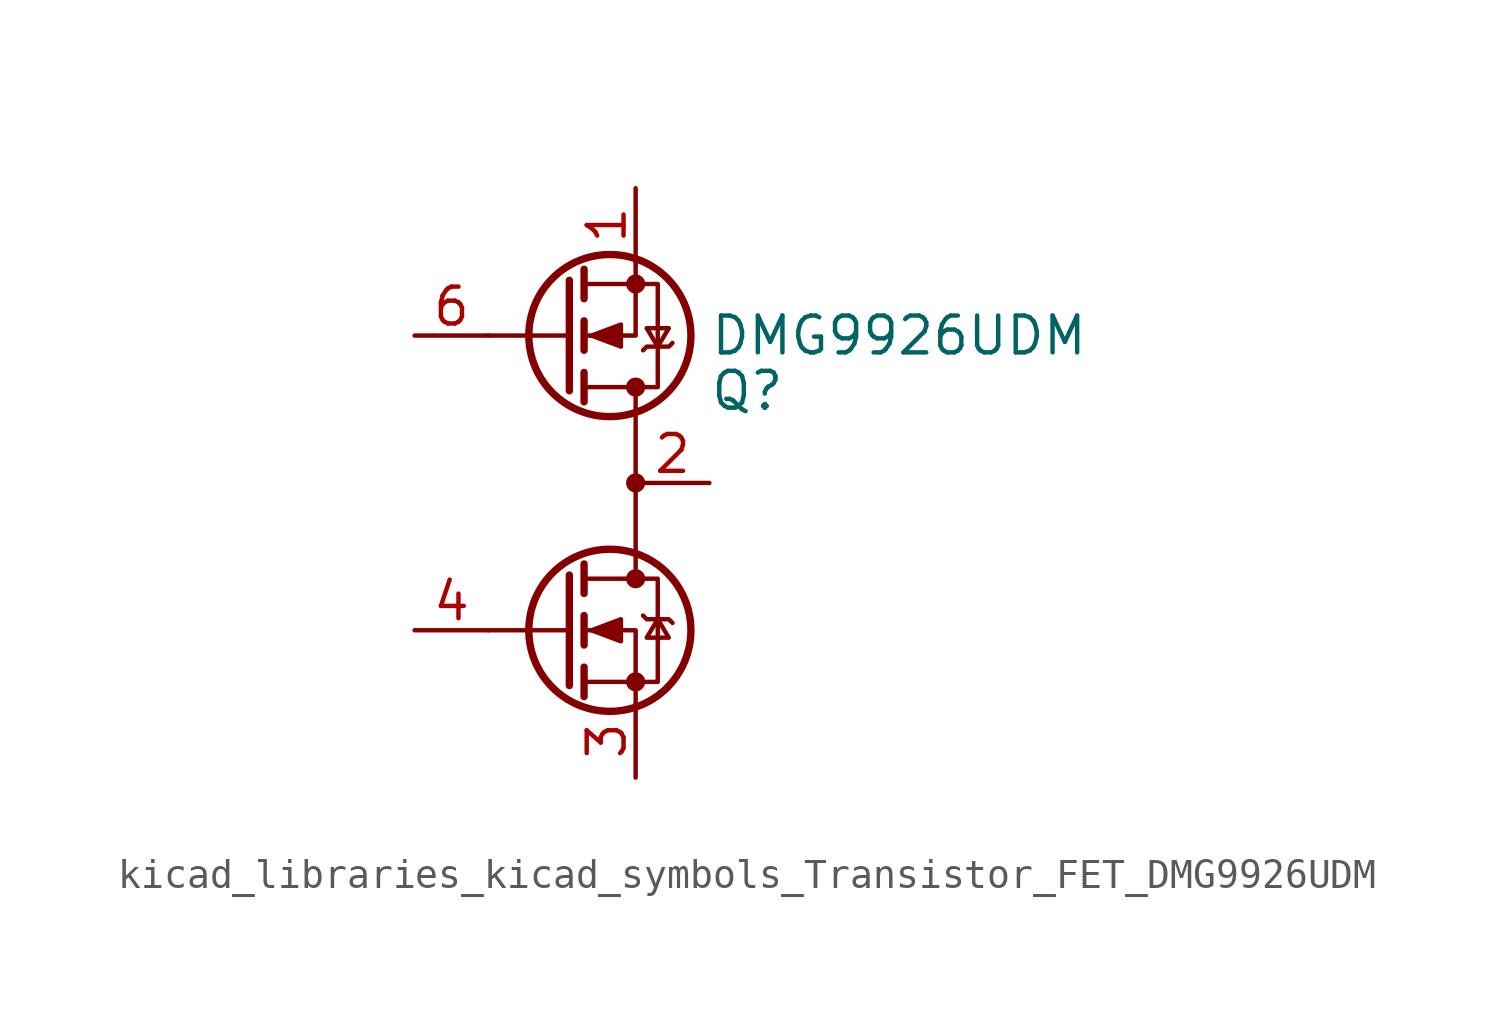
<source format=kicad_sym>
(kicad_symbol_lib
  (version 20220914)
  (generator kicad_symbol_editor)
  (symbol "kicad_libraries_kicad_symbols_Transistor_FET_DMG9926UDM"
    (pin_names hide)
    (property "Reference" "Q"
      (at 2.54 3.175 0)
      (effects (font (size 1.27 1.27)) (justify left)))
    (property "Value" "DMG9926UDM"
      (at 2.54 5.08 0)
      (effects (font (size 1.27 1.27)) (justify left)))
    (symbol "kicad_libraries_kicad_symbols_Transistor_FET_DMG9926UDM_0_1"
      (circle (center -0.889 5.08) (radius 2.794) (stroke (width 0.254) (type default)) (fill (type none)))
      (polyline (pts (xy -2.286 3.175) (xy -2.286 6.985)) (stroke (width 0.254) (type default)) (fill (type none)))
      (polyline (pts (xy -2.286 5.08) (xy -5.08 5.08)) (stroke (width 0) (type default)) (fill (type none)))
      (polyline (pts (xy -1.778 2.794) (xy -1.778 3.81)) (stroke (width 0.254) (type default)) (fill (type none)))
      (polyline (pts (xy -1.778 4.572) (xy -1.778 5.588)) (stroke (width 0.254) (type default)) (fill (type none)))
      (polyline (pts (xy -1.778 6.35) (xy -1.778 7.366)) (stroke (width 0.254) (type default)) (fill (type none)))
      (polyline (pts (xy 0 -3.302) (xy 0 3.302)) (stroke (width 0) (type default)) (fill (type none)))
      (polyline (pts (xy 0 7.62) (xy 0 5.08) (xy -1.778 5.08)) (stroke (width 0) (type default)) (fill (type none)))
      (polyline (pts (xy -1.778 6.858) (xy 0.762 6.858) (xy 0.762 3.302) (xy -1.778 3.302)) (stroke (width 0) (type default)) (fill (type none)))
      (polyline (pts (xy -1.524 5.08) (xy -0.508 4.699) (xy -0.508 5.461) (xy -1.524 5.08)) (stroke (width 0) (type default)) (fill (type outline)))
      (polyline (pts (xy 0.254 4.572) (xy 0.381 4.699) (xy 1.143 4.699) (xy 1.27 4.826)) (stroke (width 0) (type default)) (fill (type none)))
      (polyline (pts (xy 0.762 4.699) (xy 0.381 5.334) (xy 1.143 5.334) (xy 0.762 4.699)) (stroke (width 0) (type default)) (fill (type none)))
      (circle (center 0 3.302) (radius 0.254) (stroke (width 0) (type default)) (fill (type outline)))
      (circle (center 0 6.858) (radius 0.254) (stroke (width 0) (type default)) (fill (type outline))))
    (symbol "kicad_libraries_kicad_symbols_Transistor_FET_DMG9926UDM_1_1"
      (circle (center -0.889 -5.08) (radius 2.794) (stroke (width 0.254) (type default)) (fill (type none)))
      (circle (center 0 -6.858) (radius 0.254) (stroke (width 0) (type default)) (fill (type outline)))
      (circle (center 0 -3.302) (radius 0.254) (stroke (width 0) (type default)) (fill (type outline)))
      (polyline (pts (xy -2.286 -5.08) (xy -5.08 -5.08)) (stroke (width 0) (type default)) (fill (type none)))
      (polyline (pts (xy -2.286 -3.175) (xy -2.286 -6.985)) (stroke (width 0.254) (type default)) (fill (type none)))
      (polyline (pts (xy -1.778 -6.35) (xy -1.778 -7.366)) (stroke (width 0.254) (type default)) (fill (type none)))
      (polyline (pts (xy -1.778 -4.572) (xy -1.778 -5.588)) (stroke (width 0.254) (type default)) (fill (type none)))
      (polyline (pts (xy -1.778 -2.794) (xy -1.778 -3.81)) (stroke (width 0.254) (type default)) (fill (type none)))
      (polyline (pts (xy 0 -7.62) (xy 0 -5.08) (xy -1.778 -5.08)) (stroke (width 0) (type default)) (fill (type none)))
      (polyline (pts (xy -1.778 -6.858) (xy 0.762 -6.858) (xy 0.762 -3.302) (xy -1.778 -3.302)) (stroke (width 0) (type default)) (fill (type none)))
      (polyline (pts (xy -1.524 -5.08) (xy -0.508 -4.699) (xy -0.508 -5.461) (xy -1.524 -5.08)) (stroke (width 0) (type default)) (fill (type outline)))
      (polyline (pts (xy 0.254 -4.572) (xy 0.381 -4.699) (xy 1.143 -4.699) (xy 1.27 -4.826)) (stroke (width 0) (type default)) (fill (type none)))
      (polyline (pts (xy 0.762 -4.699) (xy 0.381 -5.334) (xy 1.143 -5.334) (xy 0.762 -4.699)) (stroke (width 0) (type default)) (fill (type none)))
      (circle (center 0 0) (radius 0.254) (stroke (width 0) (type default)) (fill (type outline)))
      (pin passive line (at 0 10.16 270) (length 2.54) (name "D1" (effects (font (size 1.27 1.27)))) (number "1" (effects (font (size 1.27 1.27)))))
      (pin passive line (at 2.54 0 180) (length 2.54) (name "S1/D2" (effects (font (size 1.27 1.27)))) (number "2" (effects (font (size 1.27 1.27)))))
      (pin passive line (at 0 -10.16 90) (length 2.54) (name "S2" (effects (font (size 1.27 1.27)))) (number "3" (effects (font (size 1.27 1.27)))))
      (pin input line (at -7.62 -5.08 0) (length 2.54) (name "G2" (effects (font (size 1.27 1.27)))) (number "4" (effects (font (size 1.27 1.27)))))
      (pin passive line (at 2.54 0 180) (length 2.54) hide (name "S1/D2" (effects (font (size 1.27 1.27)))) (number "5" (effects (font (size 1.27 1.27)))))
      (pin input line (at -7.62 5.08 0) (length 2.54) (name "G1" (effects (font (size 1.27 1.27)))) (number "6" (effects (font (size 1.27 1.27))))))))
</source>
